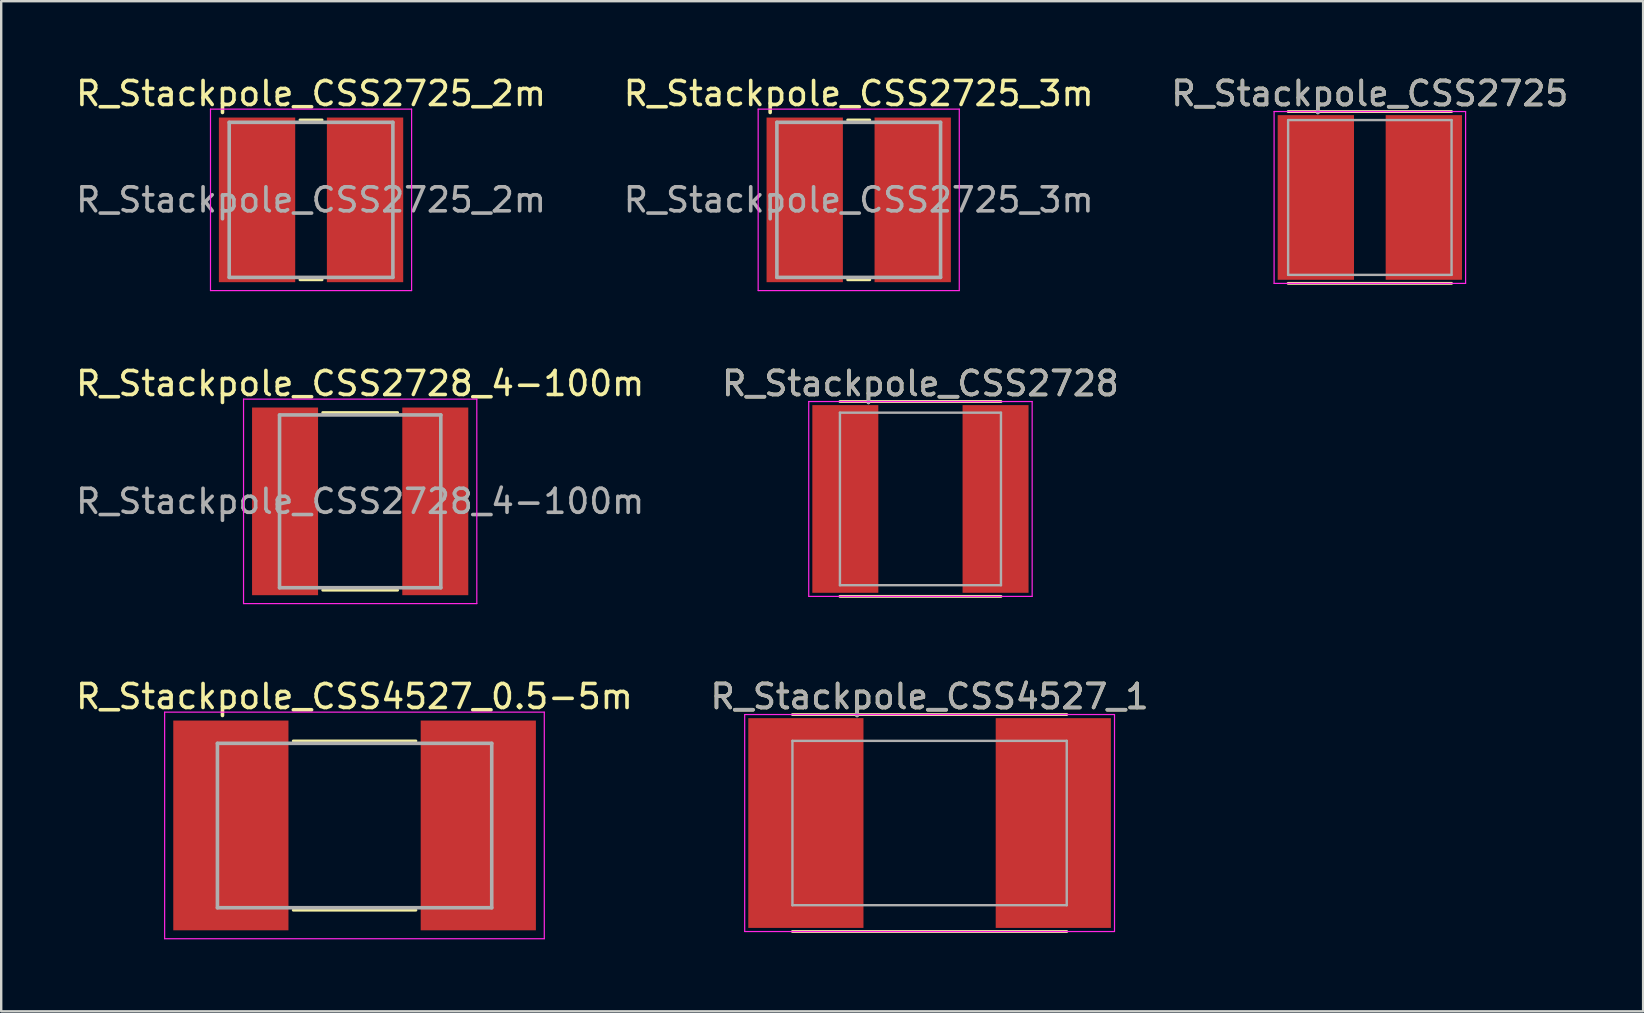
<source format=kicad_pcb>
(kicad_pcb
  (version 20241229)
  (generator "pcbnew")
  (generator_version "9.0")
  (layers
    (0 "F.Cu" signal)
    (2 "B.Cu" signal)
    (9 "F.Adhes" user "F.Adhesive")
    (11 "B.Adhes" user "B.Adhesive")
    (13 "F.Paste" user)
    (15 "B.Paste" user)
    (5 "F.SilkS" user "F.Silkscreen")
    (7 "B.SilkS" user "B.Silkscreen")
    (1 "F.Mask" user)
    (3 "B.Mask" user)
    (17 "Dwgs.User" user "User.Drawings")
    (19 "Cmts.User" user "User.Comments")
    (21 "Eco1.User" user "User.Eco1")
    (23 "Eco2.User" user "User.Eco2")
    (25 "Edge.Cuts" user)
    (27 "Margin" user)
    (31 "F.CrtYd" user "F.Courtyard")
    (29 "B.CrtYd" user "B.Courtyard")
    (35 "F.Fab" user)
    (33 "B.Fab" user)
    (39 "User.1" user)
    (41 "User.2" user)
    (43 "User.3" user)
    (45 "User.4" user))
  (footprint "R_Stackpole_CSS2728"
    (layer "F.Cu")
    (at 35.304 17.741)
    (property "Reference" "R_Stackpole_CSS2728" (at 0 -4.81 0) (layer "F.SilkS") (effects (font (size 1 1) (thickness 0.15))))
    (attr smd)
    (fp_line (start 3.355 -4.06) (end -3.355 -4.06) (stroke (width 0.12) (type solid)) (layer "F.SilkS"))
    (fp_line (start 3.355 4.06) (end -3.355 4.06) (stroke (width 0.12) (type solid)) (layer "F.SilkS"))
    (fp_line (start -4.655 -4.06) (end -4.655 4.06) (stroke (width 0.05) (type solid)) (layer "F.CrtYd"))
    (fp_line (start -4.655 4.06) (end 4.655 4.06) (stroke (width 0.05) (type solid)) (layer "F.CrtYd"))
    (fp_line (start 4.655 -4.06) (end -4.655 -4.06) (stroke (width 0.05) (type solid)) (layer "F.CrtYd"))
    (fp_line (start 4.655 4.06) (end 4.655 -4.06) (stroke (width 0.05) (type solid)) (layer "F.CrtYd"))
    (fp_line (start -3.355 -3.595) (end -3.355 3.595) (stroke (width 0.1) (type solid)) (layer "F.Fab"))
    (fp_line (start -3.355 3.595) (end 3.355 3.595) (stroke (width 0.1) (type solid)) (layer "F.Fab"))
    (fp_line (start 3.355 -3.595) (end -3.355 -3.595) (stroke (width 0.1) (type solid)) (layer "F.Fab"))
    (fp_line (start 3.355 3.595) (end 3.355 -3.595) (stroke (width 0.1) (type solid)) (layer "F.Fab"))
    (fp_text user "${REFERENCE}" (at 0 -4.81 0) (layer "F.Fab") (effects (font (size 1 1) (thickness 0.15))))
    (pad "1" smd rect (at -3.13 0) (size 2.75 7.82) (layers "F.Cu" "F.Mask" "F.Paste"))
    (pad "2" smd rect (at 3.13 0) (size 2.75 7.82) (layers "F.Cu" "F.Mask" "F.Paste")))
  (footprint "R_Stackpole_CSS4527_0.5-5m"
    (layer "F.Cu")
    (at 11.72 31.345)
    (property "Reference" "R_Stackpole_CSS4527_0.5-5m" (at 0 -5.37 0) (layer "F.SilkS") (effects (font (size 1 1) (thickness 0.15))))
    (attr smd)
    (fp_line (start -2.55 -3.52) (end 2.56 -3.52) (stroke (width 0.12) (type solid)) (layer "F.SilkS"))
    (fp_line (start -2.55 3.53) (end 2.56 3.53) (stroke (width 0.12) (type solid)) (layer "F.SilkS"))
    (fp_line (start -7.91 -4.72) (end -7.91 4.72) (stroke (width 0.05) (type solid)) (layer "F.CrtYd"))
    (fp_line (start -7.91 4.72) (end 7.91 4.72) (stroke (width 0.05) (type solid)) (layer "F.CrtYd"))
    (fp_line (start 7.91 -4.72) (end -7.91 -4.72) (stroke (width 0.05) (type solid)) (layer "F.CrtYd"))
    (fp_line (start 7.91 4.72) (end 7.91 -4.72) (stroke (width 0.05) (type solid)) (layer "F.CrtYd"))
    (fp_line (start -5.71 -3.42) (end -5.71 3.43) (stroke (width 0.15) (type solid)) (layer "F.Fab"))
    (fp_line (start -5.71 3.43) (end 5.72 3.43) (stroke (width 0.15) (type solid)) (layer "F.Fab"))
    (fp_line (start 5.72 -3.42) (end -5.71 -3.42) (stroke (width 0.15) (type solid)) (layer "F.Fab"))
    (fp_line (start 5.72 3.43) (end 5.72 -3.42) (stroke (width 0.15) (type solid)) (layer "F.Fab"))
    (pad "1" smd rect (at -5.15 0) (size 4.8 8.74) (layers "F.Cu" "F.Mask" "F.Paste"))
    (pad "2" smd rect (at 5.16 0) (size 4.8 8.74) (layers "F.Cu" "F.Mask" "F.Paste")))
  (footprint "R_Stackpole_CSS2725_3m"
    (layer "F.Cu")
    (at 32.732 5.278)
    (property "Reference" "R_Stackpole_CSS2725_3m" (at 0 -4.43 0) (layer "F.SilkS") (effects (font (size 1 1) (thickness 0.15))))
    (attr smd)
    (fp_line (start -0.46 -3.33) (end 0.46 -3.33) (stroke (width 0.12) (type solid)) (layer "F.SilkS"))
    (fp_line (start -0.46 3.33) (end 0.46 3.33) (stroke (width 0.12) (type solid)) (layer "F.SilkS"))
    (fp_line (start -4.19 -3.78) (end -4.19 3.78) (stroke (width 0.05) (type solid)) (layer "F.CrtYd"))
    (fp_line (start -4.19 3.78) (end 4.19 3.78) (stroke (width 0.05) (type solid)) (layer "F.CrtYd"))
    (fp_line (start 4.19 -3.78) (end -4.19 -3.78) (stroke (width 0.05) (type solid)) (layer "F.CrtYd"))
    (fp_line (start 4.19 3.78) (end 4.19 -3.78) (stroke (width 0.05) (type solid)) (layer "F.CrtYd"))
    (fp_line (start -3.41 -3.23) (end -3.41 3.23) (stroke (width 0.15) (type solid)) (layer "F.Fab"))
    (fp_line (start -3.41 3.23) (end 3.41 3.23) (stroke (width 0.15) (type solid)) (layer "F.Fab"))
    (fp_line (start 3.41 -3.23) (end -3.41 -3.23) (stroke (width 0.15) (type solid)) (layer "F.Fab"))
    (fp_line (start 3.41 3.23) (end 3.41 -3.23) (stroke (width 0.15) (type solid)) (layer "F.Fab"))
    (fp_text user "${REFERENCE}" (at 0 0 0) (layer "F.Fab") (effects (font (size 1 1) (thickness 0.15))))
    (pad "1" smd rect (at -2.25 0) (size 3.18 6.86) (layers "F.Cu" "F.Mask" "F.Paste"))
    (pad "2" smd rect (at 2.25 0) (size 3.18 6.86) (layers "F.Cu" "F.Mask" "F.Paste")))
  (footprint "R_Stackpole_CSS2728_4-100m"
    (layer "F.Cu")
    (at 11.958 17.841)
    (property "Reference" "R_Stackpole_CSS2728_4-100m" (at 0 -4.91 0) (layer "F.SilkS") (effects (font (size 1 1) (thickness 0.15))))
    (attr smd)
    (fp_line (start -1.56 -3.7) (end 1.56 -3.7) (stroke (width 0.12) (type solid)) (layer "F.SilkS"))
    (fp_line (start -1.56 3.7) (end 1.56 3.7) (stroke (width 0.12) (type solid)) (layer "F.SilkS"))
    (fp_line (start -4.86 -4.26) (end -4.86 4.26) (stroke (width 0.05) (type solid)) (layer "F.CrtYd"))
    (fp_line (start -4.86 4.26) (end 4.86 4.26) (stroke (width 0.05) (type solid)) (layer "F.CrtYd"))
    (fp_line (start 4.86 -4.26) (end -4.86 -4.26) (stroke (width 0.05) (type solid)) (layer "F.CrtYd"))
    (fp_line (start 4.86 4.26) (end 4.86 -4.26) (stroke (width 0.05) (type solid)) (layer "F.CrtYd"))
    (fp_line (start -3.36 -3.6) (end -3.36 3.6) (stroke (width 0.15) (type solid)) (layer "F.Fab"))
    (fp_line (start -3.36 3.6) (end 3.36 3.6) (stroke (width 0.15) (type solid)) (layer "F.Fab"))
    (fp_line (start 3.36 -3.6) (end -3.36 -3.6) (stroke (width 0.15) (type solid)) (layer "F.Fab"))
    (fp_line (start 3.36 3.6) (end 3.36 -3.6) (stroke (width 0.15) (type solid)) (layer "F.Fab"))
    (fp_text user "${REFERENCE}" (at 0 0 0) (layer "F.Fab") (effects (font (size 1 1) (thickness 0.15))))
    (pad "1" smd rect (at -3.13 0) (size 2.75 7.82) (layers "F.Cu" "F.Mask" "F.Paste"))
    (pad "2" smd rect (at 3.13 0) (size 2.75 7.82) (layers "F.Cu" "F.Mask" "F.Paste")))
  (footprint "R_Stackpole_CSS4527_1"
    (layer "F.Cu")
    (at 35.685 31.245)
    (property "Reference" "R_Stackpole_CSS4527_1" (at 0 -5.27 0) (layer "F.SilkS") (effects (font (size 1 1) (thickness 0.15))))
    (attr smd)
    (fp_line (start 5.715 -4.52) (end -5.715 -4.52) (stroke (width 0.12) (type solid)) (layer "F.SilkS"))
    (fp_line (start 5.715 4.52) (end -5.715 4.52) (stroke (width 0.12) (type solid)) (layer "F.SilkS"))
    (fp_line (start -7.705 -4.52) (end -7.705 4.52) (stroke (width 0.05) (type solid)) (layer "F.CrtYd"))
    (fp_line (start -7.705 4.52) (end 7.705 4.52) (stroke (width 0.05) (type solid)) (layer "F.CrtYd"))
    (fp_line (start 7.705 -4.52) (end -7.705 -4.52) (stroke (width 0.05) (type solid)) (layer "F.CrtYd"))
    (fp_line (start 7.705 4.52) (end 7.705 -4.52) (stroke (width 0.05) (type solid)) (layer "F.CrtYd"))
    (fp_line (start -5.715 -3.425) (end -5.715 3.425) (stroke (width 0.1) (type solid)) (layer "F.Fab"))
    (fp_line (start -5.715 3.425) (end 5.715 3.425) (stroke (width 0.1) (type solid)) (layer "F.Fab"))
    (fp_line (start 5.715 -3.425) (end -5.715 -3.425) (stroke (width 0.1) (type solid)) (layer "F.Fab"))
    (fp_line (start 5.715 3.425) (end 5.715 -3.425) (stroke (width 0.1) (type solid)) (layer "F.Fab"))
    (fp_text user "${REFERENCE}" (at 0 -5.27 0) (layer "F.Fab") (effects (font (size 1 1) (thickness 0.15))))
    (pad "1" smd rect (at -5.155 0) (size 4.8 8.74) (layers "F.Cu" "F.Mask" "F.Paste"))
    (pad "2" smd rect (at 5.155 0) (size 4.8 8.74) (layers "F.Cu" "F.Mask" "F.Paste")))
  (footprint "R_Stackpole_CSS2725_2m"
    (layer "F.Cu")
    (at 9.911 5.278)
    (property "Reference" "R_Stackpole_CSS2725_2m" (at 0 -4.43 0) (layer "F.SilkS") (effects (font (size 1 1) (thickness 0.15))))
    (attr smd)
    (fp_line (start -0.46 -3.33) (end 0.46 -3.33) (stroke (width 0.12) (type solid)) (layer "F.SilkS"))
    (fp_line (start -0.46 3.33) (end 0.46 3.33) (stroke (width 0.12) (type solid)) (layer "F.SilkS"))
    (fp_line (start -4.19 -3.78) (end -4.19 3.78) (stroke (width 0.05) (type solid)) (layer "F.CrtYd"))
    (fp_line (start -4.19 3.78) (end 4.19 3.78) (stroke (width 0.05) (type solid)) (layer "F.CrtYd"))
    (fp_line (start 4.19 -3.78) (end -4.19 -3.78) (stroke (width 0.05) (type solid)) (layer "F.CrtYd"))
    (fp_line (start 4.19 3.78) (end 4.19 -3.78) (stroke (width 0.05) (type solid)) (layer "F.CrtYd"))
    (fp_line (start -3.41 -3.23) (end -3.41 3.23) (stroke (width 0.15) (type solid)) (layer "F.Fab"))
    (fp_line (start -3.41 3.23) (end 3.41 3.23) (stroke (width 0.15) (type solid)) (layer "F.Fab"))
    (fp_line (start 3.41 -3.23) (end -3.41 -3.23) (stroke (width 0.15) (type solid)) (layer "F.Fab"))
    (fp_line (start 3.41 3.23) (end 3.41 -3.23) (stroke (width 0.15) (type solid)) (layer "F.Fab"))
    (fp_text user "${REFERENCE}" (at 0 0 0) (layer "F.Fab") (effects (font (size 1 1) (thickness 0.15))))
    (pad "1" smd rect (at -2.25 0) (size 3.18 6.86) (layers "F.Cu" "F.Mask" "F.Paste"))
    (pad "2" smd rect (at 2.25 0) (size 3.18 6.86) (layers "F.Cu" "F.Mask" "F.Paste")))
  (footprint "R_Stackpole_CSS2725"
    (layer "F.Cu")
    (at 54.03 5.178)
    (property "Reference" "R_Stackpole_CSS2725" (at 0 -4.33 0) (layer "F.SilkS") (effects (font (size 1 1) (thickness 0.15))))
    (attr smd)
    (fp_line (start 3.405 -3.58) (end -3.405 -3.58) (stroke (width 0.12) (type solid)) (layer "F.SilkS"))
    (fp_line (start 3.405 3.58) (end -3.405 3.58) (stroke (width 0.12) (type solid)) (layer "F.SilkS"))
    (fp_line (start -3.99 -3.58) (end -3.99 3.58) (stroke (width 0.05) (type solid)) (layer "F.CrtYd"))
    (fp_line (start -3.99 3.58) (end 3.99 3.58) (stroke (width 0.05) (type solid)) (layer "F.CrtYd"))
    (fp_line (start 3.99 -3.58) (end -3.99 -3.58) (stroke (width 0.05) (type solid)) (layer "F.CrtYd"))
    (fp_line (start 3.99 3.58) (end 3.99 -3.58) (stroke (width 0.05) (type solid)) (layer "F.CrtYd"))
    (fp_line (start -3.405 -3.225) (end -3.405 3.225) (stroke (width 0.1) (type solid)) (layer "F.Fab"))
    (fp_line (start -3.405 3.225) (end 3.405 3.225) (stroke (width 0.1) (type solid)) (layer "F.Fab"))
    (fp_line (start 3.405 -3.225) (end -3.405 -3.225) (stroke (width 0.1) (type solid)) (layer "F.Fab"))
    (fp_line (start 3.405 3.225) (end 3.405 -3.225) (stroke (width 0.1) (type solid)) (layer "F.Fab"))
    (fp_text user "${REFERENCE}" (at 0 -4.33 0) (layer "F.Fab") (effects (font (size 1 1) (thickness 0.15))))
    (pad "1" smd rect (at -2.25 0) (size 3.18 6.86) (layers "F.Cu" "F.Mask" "F.Paste"))
    (pad "2" smd rect (at 2.25 0) (size 3.18 6.86) (layers "F.Cu" "F.Mask" "F.Paste")))
  (gr_rect
    (start -3 -3)
    (end 65.417 39.09)
    (stroke (width 0.1) (type default))
    (fill no)
    (layer "Edge.Cuts")))
</source>
